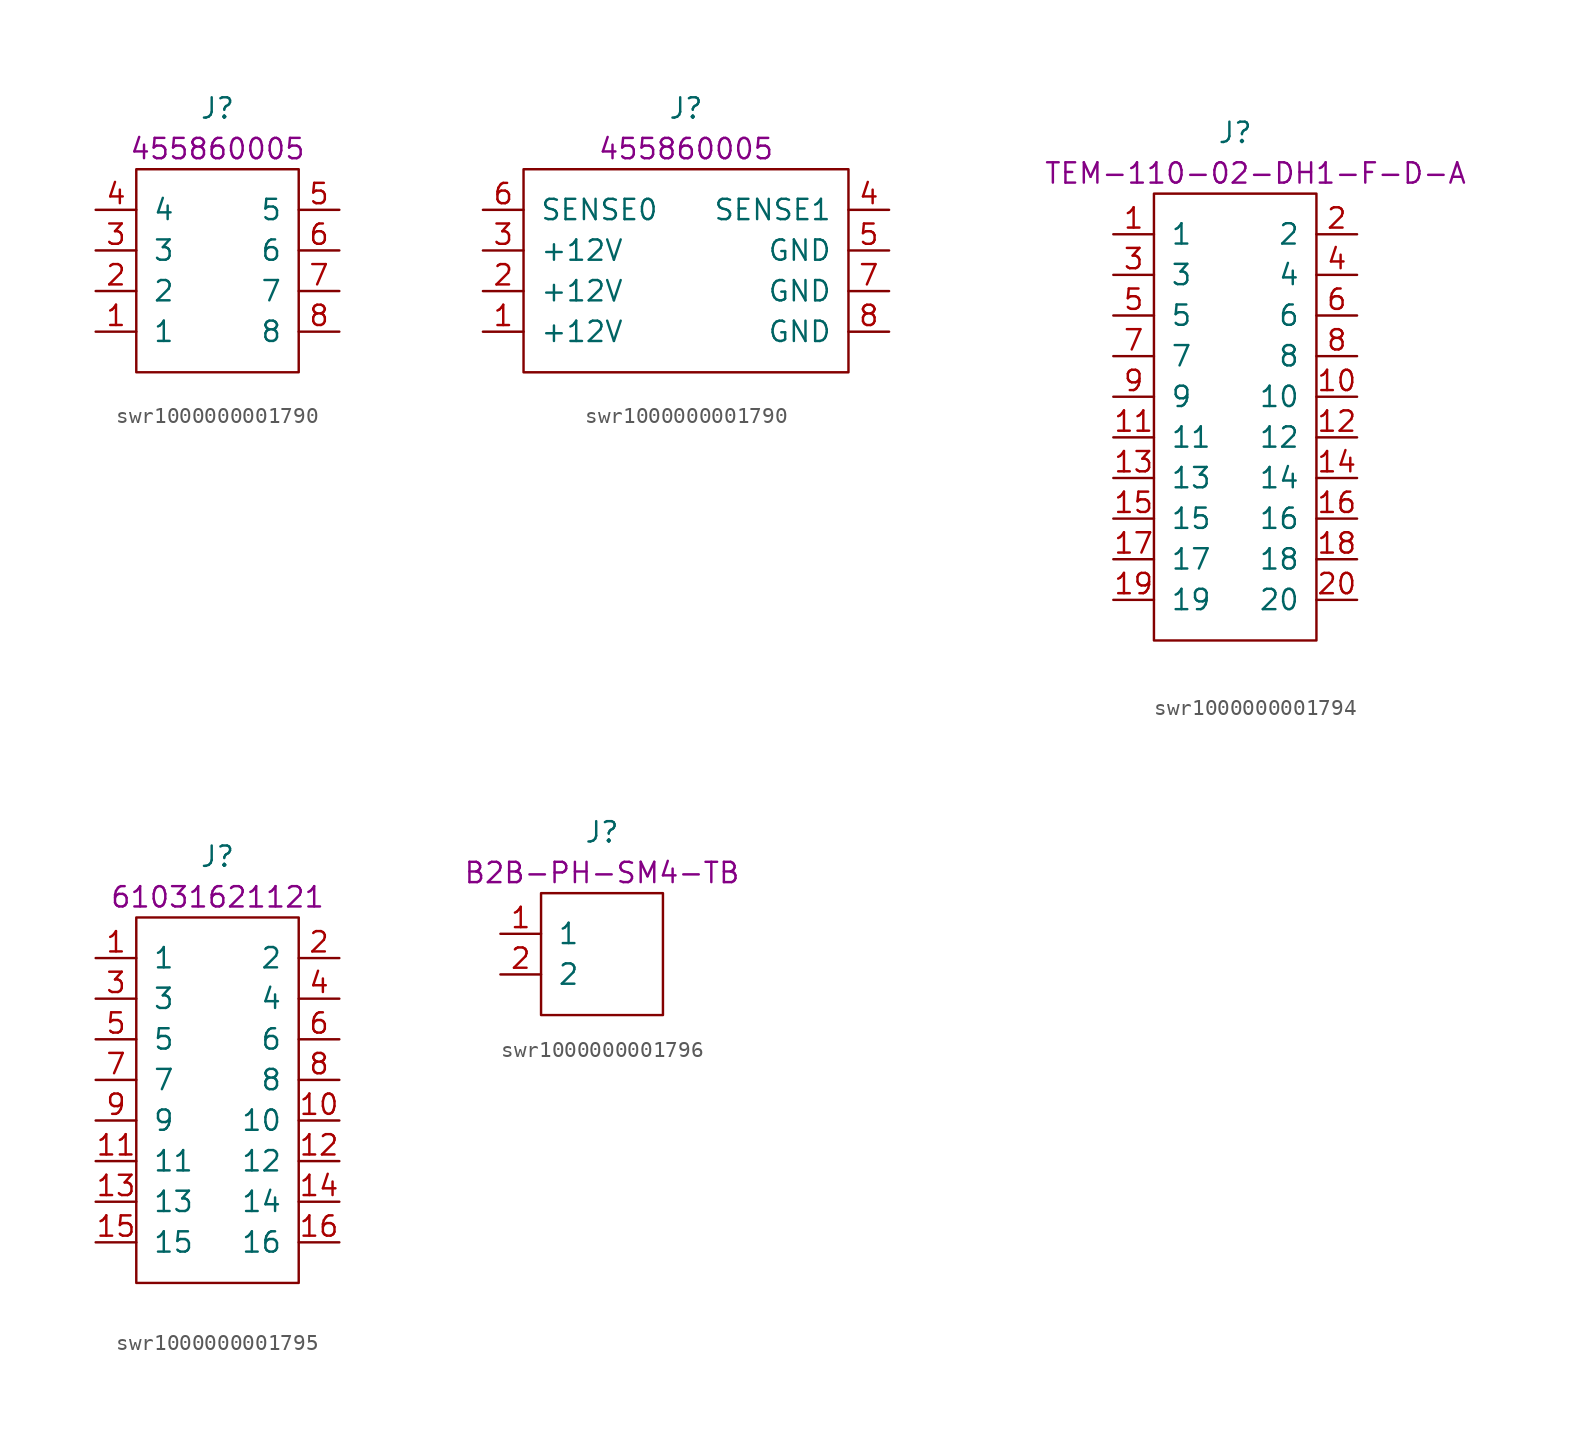
<source format=kicad_sym>
(kicad_symbol_lib
  (version 20220914)
  (generator kicad_symbol_editor)
  (symbol "swr1000000001790"
    (pin_names
      (offset 1.016))
    (property "Reference" "J"
      (at 0 3.81 0)
      (effects (font (size 1.27 1.27))))
    (property "PartValue" "455860005"
      (at 0 1.27 0)
      (effects (font (size 1.27 1.27))))
    (symbol "swr1000000001790_0_1"
      (rectangle (start -5.08 0) (end 5.08 -12.7) (stroke (width 0) (type default)) (fill (type none)))
      (pin passive line (at -7.62 -10.16 0) (length 2.54) (name "1" (effects (font (size 1.27 1.27)))) (number "1" (effects (font (size 1.27 1.27)))))
      (pin passive line (at -7.62 -7.62 0) (length 2.54) (name "2" (effects (font (size 1.27 1.27)))) (number "2" (effects (font (size 1.27 1.27)))))
      (pin passive line (at -7.62 -2.54 0) (length 2.54) (name "4" (effects (font (size 1.27 1.27)))) (number "4" (effects (font (size 1.27 1.27)))))
      (pin passive line (at 7.62 -2.54 180) (length 2.54) (name "5" (effects (font (size 1.27 1.27)))) (number "5" (effects (font (size 1.27 1.27)))))
      (pin passive line (at 7.62 -5.08 180) (length 2.54) (name "6" (effects (font (size 1.27 1.27)))) (number "6" (effects (font (size 1.27 1.27)))))
      (pin passive line (at 7.62 -7.62 180) (length 2.54) (name "7" (effects (font (size 1.27 1.27)))) (number "7" (effects (font (size 1.27 1.27)))))
      (pin passive line (at 7.62 -10.16 180) (length 2.54) (name "8" (effects (font (size 1.27 1.27)))) (number "8" (effects (font (size 1.27 1.27))))))
    (symbol "swr1000000001790_0_2"
      (rectangle (start -10.16 0) (end 10.16 -12.7) (stroke (width 0) (type default)) (fill (type none)))
      (pin power_out line (at -12.7 -10.16 0) (length 2.54) (name "+12V" (effects (font (size 1.27 1.27)))) (number "1" (effects (font (size 1.27 1.27)))))
      (pin power_out line (at -12.7 -7.62 0) (length 2.54) (name "+12V" (effects (font (size 1.27 1.27)))) (number "2" (effects (font (size 1.27 1.27)))))
      (pin power_out line (at -12.7 -5.08 0) (length 2.54) (name "+12V" (effects (font (size 1.27 1.27)))) (number "3" (effects (font (size 1.27 1.27)))))
      (pin output line (at 12.7 -2.54 180) (length 2.54) (name "SENSE1" (effects (font (size 1.27 1.27)))) (number "4" (effects (font (size 1.27 1.27)))))
      (pin power_out line (at 12.7 -5.08 180) (length 2.54) (name "GND" (effects (font (size 1.27 1.27)))) (number "5" (effects (font (size 1.27 1.27)))))
      (pin output line (at -12.7 -2.54 0) (length 2.54) (name "SENSE0" (effects (font (size 1.27 1.27)))) (number "6" (effects (font (size 1.27 1.27)))))
      (pin power_out line (at 12.7 -7.62 180) (length 2.54) (name "GND" (effects (font (size 1.27 1.27)))) (number "7" (effects (font (size 1.27 1.27)))))
      (pin power_out line (at 12.7 -10.16 180) (length 2.54) (name "GND" (effects (font (size 1.27 1.27)))) (number "8" (effects (font (size 1.27 1.27))))))
    (symbol "swr1000000001790_1_1"
      (pin passive line (at -7.62 -5.08 0) (length 2.54) (name "3" (effects (font (size 1.27 1.27)))) (number "3" (effects (font (size 1.27 1.27)))))))
  (symbol "swr1000000001794"
    (pin_names
      (offset 1.016))
    (property "Reference" "J"
      (at 0 3.81 0)
      (effects (font (size 1.27 1.27))))
    (property "PartValue" "TEM-110-02-DH1-F-D-A"
      (at 1.27 1.27 0)
      (effects (font (size 1.27 1.27))))
    (symbol "swr1000000001794_0_0"
      (pin passive line (at -7.62 -2.54 0) (length 2.54) (name "1" (effects (font (size 1.27 1.27)))) (number "1" (effects (font (size 1.27 1.27)))))
      (pin passive line (at 7.62 -12.7 180) (length 2.54) (name "10" (effects (font (size 1.27 1.27)))) (number "10" (effects (font (size 1.27 1.27)))))
      (pin passive line (at -7.62 -15.24 0) (length 2.54) (name "11" (effects (font (size 1.27 1.27)))) (number "11" (effects (font (size 1.27 1.27)))))
      (pin passive line (at 7.62 -15.24 180) (length 2.54) (name "12" (effects (font (size 1.27 1.27)))) (number "12" (effects (font (size 1.27 1.27)))))
      (pin passive line (at -7.62 -17.78 0) (length 2.54) (name "13" (effects (font (size 1.27 1.27)))) (number "13" (effects (font (size 1.27 1.27)))))
      (pin passive line (at 7.62 -17.78 180) (length 2.54) (name "14" (effects (font (size 1.27 1.27)))) (number "14" (effects (font (size 1.27 1.27)))))
      (pin passive line (at -7.62 -20.32 0) (length 2.54) (name "15" (effects (font (size 1.27 1.27)))) (number "15" (effects (font (size 1.27 1.27)))))
      (pin passive line (at 7.62 -20.32 180) (length 2.54) (name "16" (effects (font (size 1.27 1.27)))) (number "16" (effects (font (size 1.27 1.27)))))
      (pin passive line (at -7.62 -22.86 0) (length 2.54) (name "17" (effects (font (size 1.27 1.27)))) (number "17" (effects (font (size 1.27 1.27)))))
      (pin passive line (at 7.62 -22.86 180) (length 2.54) (name "18" (effects (font (size 1.27 1.27)))) (number "18" (effects (font (size 1.27 1.27)))))
      (pin passive line (at -7.62 -25.4 0) (length 2.54) (name "19" (effects (font (size 1.27 1.27)))) (number "19" (effects (font (size 1.27 1.27)))))
      (pin passive line (at 7.62 -2.54 180) (length 2.54) (name "2" (effects (font (size 1.27 1.27)))) (number "2" (effects (font (size 1.27 1.27)))))
      (pin passive line (at 7.62 -25.4 180) (length 2.54) (name "20" (effects (font (size 1.27 1.27)))) (number "20" (effects (font (size 1.27 1.27)))))
      (pin passive line (at -7.62 -5.08 0) (length 2.54) (name "3" (effects (font (size 1.27 1.27)))) (number "3" (effects (font (size 1.27 1.27)))))
      (pin passive line (at 7.62 -5.08 180) (length 2.54) (name "4" (effects (font (size 1.27 1.27)))) (number "4" (effects (font (size 1.27 1.27)))))
      (pin passive line (at -7.62 -7.62 0) (length 2.54) (name "5" (effects (font (size 1.27 1.27)))) (number "5" (effects (font (size 1.27 1.27)))))
      (pin passive line (at 7.62 -7.62 180) (length 2.54) (name "6" (effects (font (size 1.27 1.27)))) (number "6" (effects (font (size 1.27 1.27)))))
      (pin passive line (at -7.62 -10.16 0) (length 2.54) (name "7" (effects (font (size 1.27 1.27)))) (number "7" (effects (font (size 1.27 1.27)))))
      (pin passive line (at 7.62 -10.16 180) (length 2.54) (name "8" (effects (font (size 1.27 1.27)))) (number "8" (effects (font (size 1.27 1.27)))))
      (pin passive line (at -7.62 -12.7 0) (length 2.54) (name "9" (effects (font (size 1.27 1.27)))) (number "9" (effects (font (size 1.27 1.27))))))
    (symbol "swr1000000001794_0_1"
      (rectangle (start -5.08 0) (end 5.08 -27.94) (stroke (width 0) (type default)) (fill (type none)))))
  (symbol "swr1000000001795"
    (pin_names
      (offset 1.016))
    (property "Reference" "J"
      (at 0 3.81 0)
      (effects (font (size 1.27 1.27))))
    (property "PartValue" "61031621121"
      (at 0 1.27 0)
      (effects (font (size 1.27 1.27))))
    (symbol "swr1000000001795_0_0"
      (pin passive line (at -7.62 -2.54 0) (length 2.54) (name "1" (effects (font (size 1.27 1.27)))) (number "1" (effects (font (size 1.27 1.27)))))
      (pin passive line (at 7.62 -12.7 180) (length 2.54) (name "10" (effects (font (size 1.27 1.27)))) (number "10" (effects (font (size 1.27 1.27)))))
      (pin passive line (at -7.62 -15.24 0) (length 2.54) (name "11" (effects (font (size 1.27 1.27)))) (number "11" (effects (font (size 1.27 1.27)))))
      (pin passive line (at 7.62 -15.24 180) (length 2.54) (name "12" (effects (font (size 1.27 1.27)))) (number "12" (effects (font (size 1.27 1.27)))))
      (pin passive line (at -7.62 -17.78 0) (length 2.54) (name "13" (effects (font (size 1.27 1.27)))) (number "13" (effects (font (size 1.27 1.27)))))
      (pin passive line (at 7.62 -17.78 180) (length 2.54) (name "14" (effects (font (size 1.27 1.27)))) (number "14" (effects (font (size 1.27 1.27)))))
      (pin passive line (at -7.62 -20.32 0) (length 2.54) (name "15" (effects (font (size 1.27 1.27)))) (number "15" (effects (font (size 1.27 1.27)))))
      (pin passive line (at 7.62 -20.32 180) (length 2.54) (name "16" (effects (font (size 1.27 1.27)))) (number "16" (effects (font (size 1.27 1.27)))))
      (pin passive line (at 7.62 -2.54 180) (length 2.54) (name "2" (effects (font (size 1.27 1.27)))) (number "2" (effects (font (size 1.27 1.27)))))
      (pin passive line (at -7.62 -5.08 0) (length 2.54) (name "3" (effects (font (size 1.27 1.27)))) (number "3" (effects (font (size 1.27 1.27)))))
      (pin passive line (at 7.62 -5.08 180) (length 2.54) (name "4" (effects (font (size 1.27 1.27)))) (number "4" (effects (font (size 1.27 1.27)))))
      (pin passive line (at -7.62 -7.62 0) (length 2.54) (name "5" (effects (font (size 1.27 1.27)))) (number "5" (effects (font (size 1.27 1.27)))))
      (pin passive line (at 7.62 -7.62 180) (length 2.54) (name "6" (effects (font (size 1.27 1.27)))) (number "6" (effects (font (size 1.27 1.27)))))
      (pin passive line (at -7.62 -10.16 0) (length 2.54) (name "7" (effects (font (size 1.27 1.27)))) (number "7" (effects (font (size 1.27 1.27)))))
      (pin passive line (at 7.62 -10.16 180) (length 2.54) (name "8" (effects (font (size 1.27 1.27)))) (number "8" (effects (font (size 1.27 1.27)))))
      (pin passive line (at -7.62 -12.7 0) (length 2.54) (name "9" (effects (font (size 1.27 1.27)))) (number "9" (effects (font (size 1.27 1.27))))))
    (symbol "swr1000000001795_0_1"
      (rectangle (start -5.08 0) (end 5.08 -22.86) (stroke (width 0) (type default)) (fill (type none)))))
  (symbol "swr1000000001796"
    (pin_names
      (offset 1.016))
    (property "Reference" "J"
      (at 0 3.81 0)
      (effects (font (size 1.27 1.27))))
    (property "PartValue" "B2B-PH-SM4-TB"
      (at 0 1.27 0)
      (effects (font (size 1.27 1.27))))
    (symbol "swr1000000001796_0_0"
      (pin passive line (at -6.35 -2.54 0) (length 2.54) (name "1" (effects (font (size 1.27 1.27)))) (number "1" (effects (font (size 1.27 1.27)))))
      (pin passive line (at -6.35 -5.08 0) (length 2.54) (name "2" (effects (font (size 1.27 1.27)))) (number "2" (effects (font (size 1.27 1.27))))))
    (symbol "swr1000000001796_0_1"
      (rectangle (start -3.81 0) (end 3.81 -7.62) (stroke (width 0) (type default)) (fill (type none))))))
</source>
